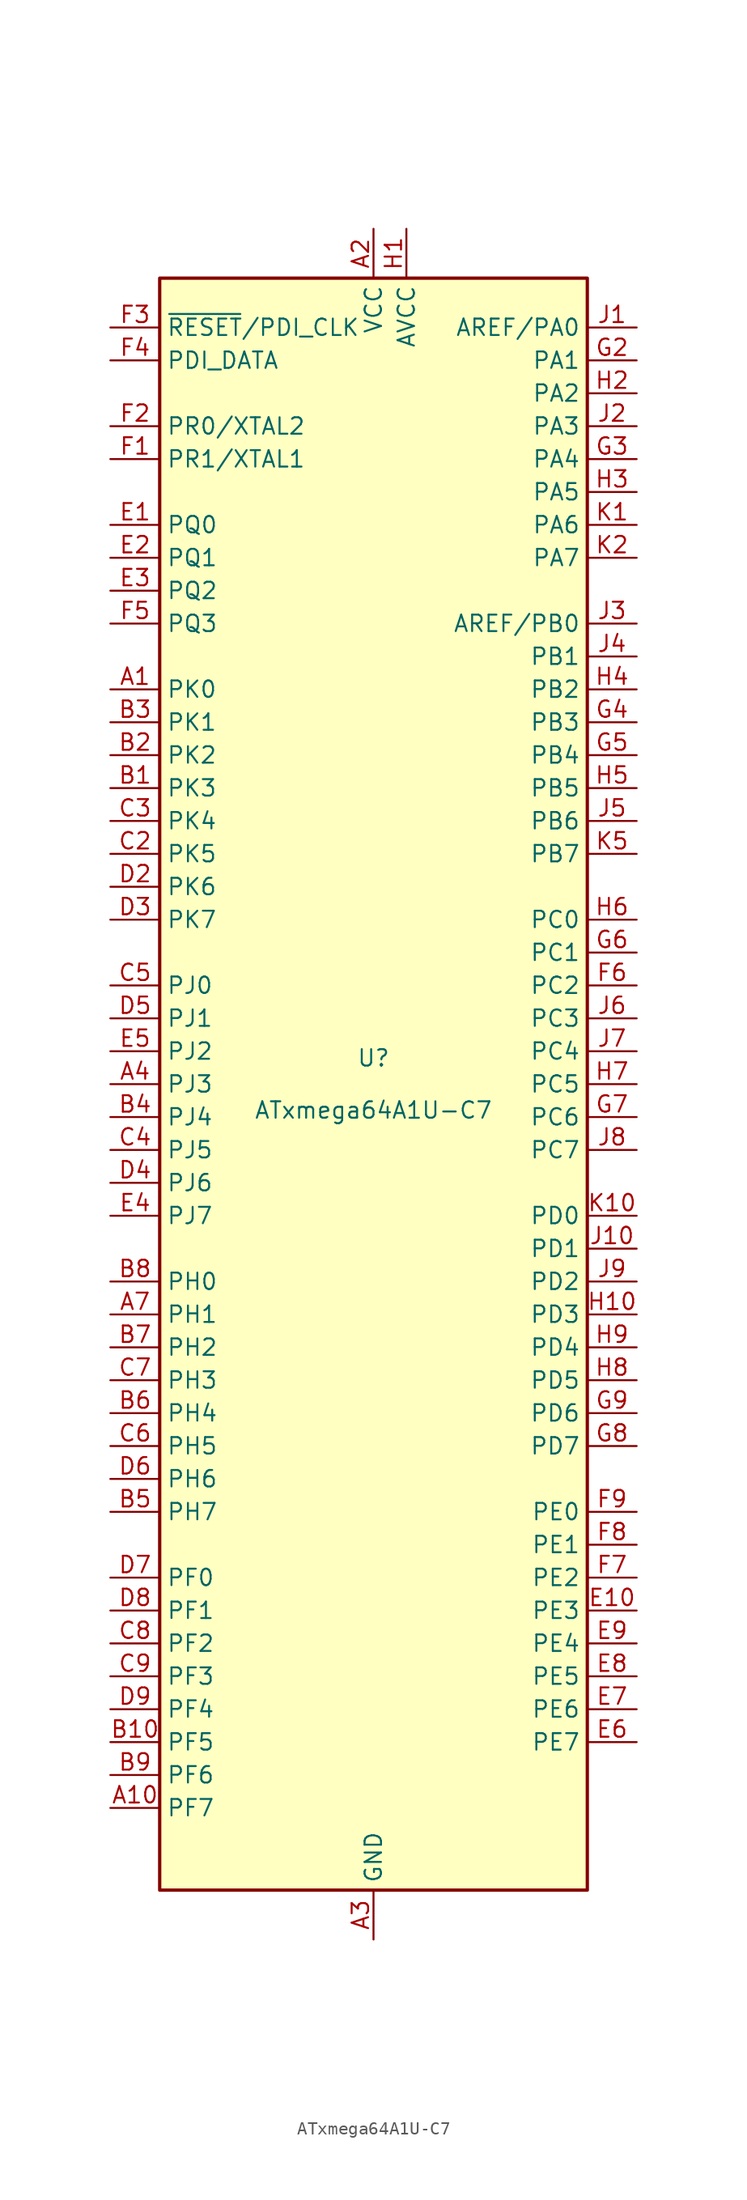
<source format=kicad_sym>
(kicad_symbol_lib
  (version 20231120)
  (generator "kicad_symbol_editor")
  (generator_version "8.0")
  (symbol "ATxmega64A1U-C7"
    (property "Reference" "U"
      (at 0 1.27 0)
      (effects (font (size 1.27 1.27)) (justify bottom)))
    (property "Value" "ATxmega64A1U-C7"
      (at 0 -1.27 0)
      (effects (font (size 1.27 1.27)) (justify top)))
    (symbol "ATxmega64A1U-C7_0_1"
      (rectangle (start -16.51 -62.23) (end 16.51 62.23) (stroke (width 0.254) (type default)) (fill (type background))))
    (symbol "ATxmega64A1U-C7_1_1"
      (pin bidirectional line (at -20.32 30.48 0) (length 3.81) (name "PK0" (effects (font (size 1.27 1.27)))) (number "A1" (effects (font (size 1.27 1.27)))))
      (pin bidirectional line (at -20.32 -55.88 0) (length 3.81) (name "PF7" (effects (font (size 1.27 1.27)))) (number "A10" (effects (font (size 1.27 1.27)))))
      (pin power_in line (at 0 66.04 270) (length 3.81) (name "VCC" (effects (font (size 1.27 1.27)))) (number "A2" (effects (font (size 1.27 1.27)))))
      (pin power_in line (at 0 -66.04 90) (length 3.81) (name "GND" (effects (font (size 1.27 1.27)))) (number "A3" (effects (font (size 1.27 1.27)))))
      (pin bidirectional line (at -20.32 0 0) (length 3.81) (name "PJ3" (effects (font (size 1.27 1.27)))) (number "A4" (effects (font (size 1.27 1.27)))))
      (pin passive line (at 0 66.04 270) (length 3.81) hide (name "VCC" (effects (font (size 1.27 1.27)))) (number "A5" (effects (font (size 1.27 1.27)))))
      (pin passive line (at 0 -66.04 90) (length 3.81) hide (name "GND" (effects (font (size 1.27 1.27)))) (number "A6" (effects (font (size 1.27 1.27)))))
      (pin bidirectional line (at -20.32 -17.78 0) (length 3.81) (name "PH1" (effects (font (size 1.27 1.27)))) (number "A7" (effects (font (size 1.27 1.27)))))
      (pin passive line (at 0 -66.04 90) (length 3.81) hide (name "GND" (effects (font (size 1.27 1.27)))) (number "A8" (effects (font (size 1.27 1.27)))))
      (pin passive line (at 0 66.04 270) (length 3.81) hide (name "VCC" (effects (font (size 1.27 1.27)))) (number "A9" (effects (font (size 1.27 1.27)))))
      (pin bidirectional line (at -20.32 22.86 0) (length 3.81) (name "PK3" (effects (font (size 1.27 1.27)))) (number "B1" (effects (font (size 1.27 1.27)))))
      (pin bidirectional line (at -20.32 -50.8 0) (length 3.81) (name "PF5" (effects (font (size 1.27 1.27)))) (number "B10" (effects (font (size 1.27 1.27)))))
      (pin bidirectional line (at -20.32 25.4 0) (length 3.81) (name "PK2" (effects (font (size 1.27 1.27)))) (number "B2" (effects (font (size 1.27 1.27)))))
      (pin bidirectional line (at -20.32 27.94 0) (length 3.81) (name "PK1" (effects (font (size 1.27 1.27)))) (number "B3" (effects (font (size 1.27 1.27)))))
      (pin bidirectional line (at -20.32 -2.54 0) (length 3.81) (name "PJ4" (effects (font (size 1.27 1.27)))) (number "B4" (effects (font (size 1.27 1.27)))))
      (pin bidirectional line (at -20.32 -33.02 0) (length 3.81) (name "PH7" (effects (font (size 1.27 1.27)))) (number "B5" (effects (font (size 1.27 1.27)))))
      (pin bidirectional line (at -20.32 -25.4 0) (length 3.81) (name "PH4" (effects (font (size 1.27 1.27)))) (number "B6" (effects (font (size 1.27 1.27)))))
      (pin bidirectional line (at -20.32 -20.32 0) (length 3.81) (name "PH2" (effects (font (size 1.27 1.27)))) (number "B7" (effects (font (size 1.27 1.27)))))
      (pin bidirectional line (at -20.32 -15.24 0) (length 3.81) (name "PH0" (effects (font (size 1.27 1.27)))) (number "B8" (effects (font (size 1.27 1.27)))))
      (pin bidirectional line (at -20.32 -53.34 0) (length 3.81) (name "PF6" (effects (font (size 1.27 1.27)))) (number "B9" (effects (font (size 1.27 1.27)))))
      (pin passive line (at 0 66.04 270) (length 3.81) hide (name "VCC" (effects (font (size 1.27 1.27)))) (number "C1" (effects (font (size 1.27 1.27)))))
      (pin passive line (at 0 66.04 270) (length 3.81) hide (name "VCC" (effects (font (size 1.27 1.27)))) (number "C10" (effects (font (size 1.27 1.27)))))
      (pin bidirectional line (at -20.32 17.78 0) (length 3.81) (name "PK5" (effects (font (size 1.27 1.27)))) (number "C2" (effects (font (size 1.27 1.27)))))
      (pin bidirectional line (at -20.32 20.32 0) (length 3.81) (name "PK4" (effects (font (size 1.27 1.27)))) (number "C3" (effects (font (size 1.27 1.27)))))
      (pin bidirectional line (at -20.32 -5.08 0) (length 3.81) (name "PJ5" (effects (font (size 1.27 1.27)))) (number "C4" (effects (font (size 1.27 1.27)))))
      (pin bidirectional line (at -20.32 7.62 0) (length 3.81) (name "PJ0" (effects (font (size 1.27 1.27)))) (number "C5" (effects (font (size 1.27 1.27)))))
      (pin bidirectional line (at -20.32 -27.94 0) (length 3.81) (name "PH5" (effects (font (size 1.27 1.27)))) (number "C6" (effects (font (size 1.27 1.27)))))
      (pin bidirectional line (at -20.32 -22.86 0) (length 3.81) (name "PH3" (effects (font (size 1.27 1.27)))) (number "C7" (effects (font (size 1.27 1.27)))))
      (pin bidirectional line (at -20.32 -43.18 0) (length 3.81) (name "PF2" (effects (font (size 1.27 1.27)))) (number "C8" (effects (font (size 1.27 1.27)))))
      (pin bidirectional line (at -20.32 -45.72 0) (length 3.81) (name "PF3" (effects (font (size 1.27 1.27)))) (number "C9" (effects (font (size 1.27 1.27)))))
      (pin passive line (at 0 -66.04 90) (length 3.81) hide (name "GND" (effects (font (size 1.27 1.27)))) (number "D1" (effects (font (size 1.27 1.27)))))
      (pin passive line (at 0 -66.04 90) (length 3.81) hide (name "GND" (effects (font (size 1.27 1.27)))) (number "D10" (effects (font (size 1.27 1.27)))))
      (pin bidirectional line (at -20.32 15.24 0) (length 3.81) (name "PK6" (effects (font (size 1.27 1.27)))) (number "D2" (effects (font (size 1.27 1.27)))))
      (pin bidirectional line (at -20.32 12.7 0) (length 3.81) (name "PK7" (effects (font (size 1.27 1.27)))) (number "D3" (effects (font (size 1.27 1.27)))))
      (pin bidirectional line (at -20.32 -7.62 0) (length 3.81) (name "PJ6" (effects (font (size 1.27 1.27)))) (number "D4" (effects (font (size 1.27 1.27)))))
      (pin bidirectional line (at -20.32 5.08 0) (length 3.81) (name "PJ1" (effects (font (size 1.27 1.27)))) (number "D5" (effects (font (size 1.27 1.27)))))
      (pin bidirectional line (at -20.32 -30.48 0) (length 3.81) (name "PH6" (effects (font (size 1.27 1.27)))) (number "D6" (effects (font (size 1.27 1.27)))))
      (pin bidirectional line (at -20.32 -38.1 0) (length 3.81) (name "PF0" (effects (font (size 1.27 1.27)))) (number "D7" (effects (font (size 1.27 1.27)))))
      (pin bidirectional line (at -20.32 -40.64 0) (length 3.81) (name "PF1" (effects (font (size 1.27 1.27)))) (number "D8" (effects (font (size 1.27 1.27)))))
      (pin bidirectional line (at -20.32 -48.26 0) (length 3.81) (name "PF4" (effects (font (size 1.27 1.27)))) (number "D9" (effects (font (size 1.27 1.27)))))
      (pin bidirectional line (at -20.32 43.18 0) (length 3.81) (name "PQ0" (effects (font (size 1.27 1.27)))) (number "E1" (effects (font (size 1.27 1.27)))))
      (pin bidirectional line (at 20.32 -40.64 180) (length 3.81) (name "PE3" (effects (font (size 1.27 1.27)))) (number "E10" (effects (font (size 1.27 1.27)))))
      (pin bidirectional line (at -20.32 40.64 0) (length 3.81) (name "PQ1" (effects (font (size 1.27 1.27)))) (number "E2" (effects (font (size 1.27 1.27)))))
      (pin bidirectional line (at -20.32 38.1 0) (length 3.81) (name "PQ2" (effects (font (size 1.27 1.27)))) (number "E3" (effects (font (size 1.27 1.27)))))
      (pin bidirectional line (at -20.32 -10.16 0) (length 3.81) (name "PJ7" (effects (font (size 1.27 1.27)))) (number "E4" (effects (font (size 1.27 1.27)))))
      (pin bidirectional line (at -20.32 2.54 0) (length 3.81) (name "PJ2" (effects (font (size 1.27 1.27)))) (number "E5" (effects (font (size 1.27 1.27)))))
      (pin bidirectional line (at 20.32 -50.8 180) (length 3.81) (name "PE7" (effects (font (size 1.27 1.27)))) (number "E6" (effects (font (size 1.27 1.27)))))
      (pin bidirectional line (at 20.32 -48.26 180) (length 3.81) (name "PE6" (effects (font (size 1.27 1.27)))) (number "E7" (effects (font (size 1.27 1.27)))))
      (pin bidirectional line (at 20.32 -45.72 180) (length 3.81) (name "PE5" (effects (font (size 1.27 1.27)))) (number "E8" (effects (font (size 1.27 1.27)))))
      (pin bidirectional line (at 20.32 -43.18 180) (length 3.81) (name "PE4" (effects (font (size 1.27 1.27)))) (number "E9" (effects (font (size 1.27 1.27)))))
      (pin bidirectional line (at -20.32 48.26 0) (length 3.81) (name "PR1/XTAL1" (effects (font (size 1.27 1.27)))) (number "F1" (effects (font (size 1.27 1.27)))))
      (pin passive line (at 0 66.04 270) (length 3.81) hide (name "VCC" (effects (font (size 1.27 1.27)))) (number "F10" (effects (font (size 1.27 1.27)))))
      (pin bidirectional line (at -20.32 50.8 0) (length 3.81) (name "PR0/XTAL2" (effects (font (size 1.27 1.27)))) (number "F2" (effects (font (size 1.27 1.27)))))
      (pin input line (at -20.32 58.42 0) (length 3.81) (name "~{RESET}/PDI_CLK" (effects (font (size 1.27 1.27)))) (number "F3" (effects (font (size 1.27 1.27)))))
      (pin bidirectional line (at -20.32 55.88 0) (length 3.81) (name "PDI_DATA" (effects (font (size 1.27 1.27)))) (number "F4" (effects (font (size 1.27 1.27)))))
      (pin bidirectional line (at -20.32 35.56 0) (length 3.81) (name "PQ3" (effects (font (size 1.27 1.27)))) (number "F5" (effects (font (size 1.27 1.27)))))
      (pin bidirectional line (at 20.32 7.62 180) (length 3.81) (name "PC2" (effects (font (size 1.27 1.27)))) (number "F6" (effects (font (size 1.27 1.27)))))
      (pin bidirectional line (at 20.32 -38.1 180) (length 3.81) (name "PE2" (effects (font (size 1.27 1.27)))) (number "F7" (effects (font (size 1.27 1.27)))))
      (pin bidirectional line (at 20.32 -35.56 180) (length 3.81) (name "PE1" (effects (font (size 1.27 1.27)))) (number "F8" (effects (font (size 1.27 1.27)))))
      (pin bidirectional line (at 20.32 -33.02 180) (length 3.81) (name "PE0" (effects (font (size 1.27 1.27)))) (number "F9" (effects (font (size 1.27 1.27)))))
      (pin passive line (at 0 -66.04 90) (length 3.81) hide (name "GND" (effects (font (size 1.27 1.27)))) (number "G1" (effects (font (size 1.27 1.27)))))
      (pin passive line (at 0 -66.04 90) (length 3.81) hide (name "GND" (effects (font (size 1.27 1.27)))) (number "G10" (effects (font (size 1.27 1.27)))))
      (pin bidirectional line (at 20.32 55.88 180) (length 3.81) (name "PA1" (effects (font (size 1.27 1.27)))) (number "G2" (effects (font (size 1.27 1.27)))))
      (pin bidirectional line (at 20.32 48.26 180) (length 3.81) (name "PA4" (effects (font (size 1.27 1.27)))) (number "G3" (effects (font (size 1.27 1.27)))))
      (pin bidirectional line (at 20.32 27.94 180) (length 3.81) (name "PB3" (effects (font (size 1.27 1.27)))) (number "G4" (effects (font (size 1.27 1.27)))))
      (pin bidirectional line (at 20.32 25.4 180) (length 3.81) (name "PB4" (effects (font (size 1.27 1.27)))) (number "G5" (effects (font (size 1.27 1.27)))))
      (pin bidirectional line (at 20.32 10.16 180) (length 3.81) (name "PC1" (effects (font (size 1.27 1.27)))) (number "G6" (effects (font (size 1.27 1.27)))))
      (pin bidirectional line (at 20.32 -2.54 180) (length 3.81) (name "PC6" (effects (font (size 1.27 1.27)))) (number "G7" (effects (font (size 1.27 1.27)))))
      (pin bidirectional line (at 20.32 -27.94 180) (length 3.81) (name "PD7" (effects (font (size 1.27 1.27)))) (number "G8" (effects (font (size 1.27 1.27)))))
      (pin bidirectional line (at 20.32 -25.4 180) (length 3.81) (name "PD6" (effects (font (size 1.27 1.27)))) (number "G9" (effects (font (size 1.27 1.27)))))
      (pin power_in line (at 2.54 66.04 270) (length 3.81) (name "AVCC" (effects (font (size 1.27 1.27)))) (number "H1" (effects (font (size 1.27 1.27)))))
      (pin bidirectional line (at 20.32 -17.78 180) (length 3.81) (name "PD3" (effects (font (size 1.27 1.27)))) (number "H10" (effects (font (size 1.27 1.27)))))
      (pin bidirectional line (at 20.32 53.34 180) (length 3.81) (name "PA2" (effects (font (size 1.27 1.27)))) (number "H2" (effects (font (size 1.27 1.27)))))
      (pin bidirectional line (at 20.32 45.72 180) (length 3.81) (name "PA5" (effects (font (size 1.27 1.27)))) (number "H3" (effects (font (size 1.27 1.27)))))
      (pin bidirectional line (at 20.32 30.48 180) (length 3.81) (name "PB2" (effects (font (size 1.27 1.27)))) (number "H4" (effects (font (size 1.27 1.27)))))
      (pin bidirectional line (at 20.32 22.86 180) (length 3.81) (name "PB5" (effects (font (size 1.27 1.27)))) (number "H5" (effects (font (size 1.27 1.27)))))
      (pin bidirectional line (at 20.32 12.7 180) (length 3.81) (name "PC0" (effects (font (size 1.27 1.27)))) (number "H6" (effects (font (size 1.27 1.27)))))
      (pin bidirectional line (at 20.32 0 180) (length 3.81) (name "PC5" (effects (font (size 1.27 1.27)))) (number "H7" (effects (font (size 1.27 1.27)))))
      (pin bidirectional line (at 20.32 -22.86 180) (length 3.81) (name "PD5" (effects (font (size 1.27 1.27)))) (number "H8" (effects (font (size 1.27 1.27)))))
      (pin bidirectional line (at 20.32 -20.32 180) (length 3.81) (name "PD4" (effects (font (size 1.27 1.27)))) (number "H9" (effects (font (size 1.27 1.27)))))
      (pin bidirectional line (at 20.32 58.42 180) (length 3.81) (name "AREF/PA0" (effects (font (size 1.27 1.27)))) (number "J1" (effects (font (size 1.27 1.27)))))
      (pin bidirectional line (at 20.32 -12.7 180) (length 3.81) (name "PD1" (effects (font (size 1.27 1.27)))) (number "J10" (effects (font (size 1.27 1.27)))))
      (pin bidirectional line (at 20.32 50.8 180) (length 3.81) (name "PA3" (effects (font (size 1.27 1.27)))) (number "J2" (effects (font (size 1.27 1.27)))))
      (pin bidirectional line (at 20.32 35.56 180) (length 3.81) (name "AREF/PB0" (effects (font (size 1.27 1.27)))) (number "J3" (effects (font (size 1.27 1.27)))))
      (pin bidirectional line (at 20.32 33.02 180) (length 3.81) (name "PB1" (effects (font (size 1.27 1.27)))) (number "J4" (effects (font (size 1.27 1.27)))))
      (pin bidirectional line (at 20.32 20.32 180) (length 3.81) (name "PB6" (effects (font (size 1.27 1.27)))) (number "J5" (effects (font (size 1.27 1.27)))))
      (pin bidirectional line (at 20.32 5.08 180) (length 3.81) (name "PC3" (effects (font (size 1.27 1.27)))) (number "J6" (effects (font (size 1.27 1.27)))))
      (pin bidirectional line (at 20.32 2.54 180) (length 3.81) (name "PC4" (effects (font (size 1.27 1.27)))) (number "J7" (effects (font (size 1.27 1.27)))))
      (pin bidirectional line (at 20.32 -5.08 180) (length 3.81) (name "PC7" (effects (font (size 1.27 1.27)))) (number "J8" (effects (font (size 1.27 1.27)))))
      (pin bidirectional line (at 20.32 -15.24 180) (length 3.81) (name "PD2" (effects (font (size 1.27 1.27)))) (number "J9" (effects (font (size 1.27 1.27)))))
      (pin bidirectional line (at 20.32 43.18 180) (length 3.81) (name "PA6" (effects (font (size 1.27 1.27)))) (number "K1" (effects (font (size 1.27 1.27)))))
      (pin bidirectional line (at 20.32 -10.16 180) (length 3.81) (name "PD0" (effects (font (size 1.27 1.27)))) (number "K10" (effects (font (size 1.27 1.27)))))
      (pin bidirectional line (at 20.32 40.64 180) (length 3.81) (name "PA7" (effects (font (size 1.27 1.27)))) (number "K2" (effects (font (size 1.27 1.27)))))
      (pin passive line (at 0 -66.04 90) (length 3.81) hide (name "GND" (effects (font (size 1.27 1.27)))) (number "K3" (effects (font (size 1.27 1.27)))))
      (pin passive line (at 2.54 66.04 270) (length 3.81) hide (name "AVCC" (effects (font (size 1.27 1.27)))) (number "K4" (effects (font (size 1.27 1.27)))))
      (pin bidirectional line (at 20.32 17.78 180) (length 3.81) (name "PB7" (effects (font (size 1.27 1.27)))) (number "K5" (effects (font (size 1.27 1.27)))))
      (pin passive line (at 0 66.04 270) (length 3.81) hide (name "VCC" (effects (font (size 1.27 1.27)))) (number "K6" (effects (font (size 1.27 1.27)))))
      (pin passive line (at 0 -66.04 90) (length 3.81) hide (name "GND" (effects (font (size 1.27 1.27)))) (number "K7" (effects (font (size 1.27 1.27)))))
      (pin passive line (at 0 66.04 270) (length 3.81) hide (name "VCC" (effects (font (size 1.27 1.27)))) (number "K8" (effects (font (size 1.27 1.27)))))
      (pin passive line (at 0 -66.04 90) (length 3.81) hide (name "GND" (effects (font (size 1.27 1.27)))) (number "K9" (effects (font (size 1.27 1.27))))))))
</source>
